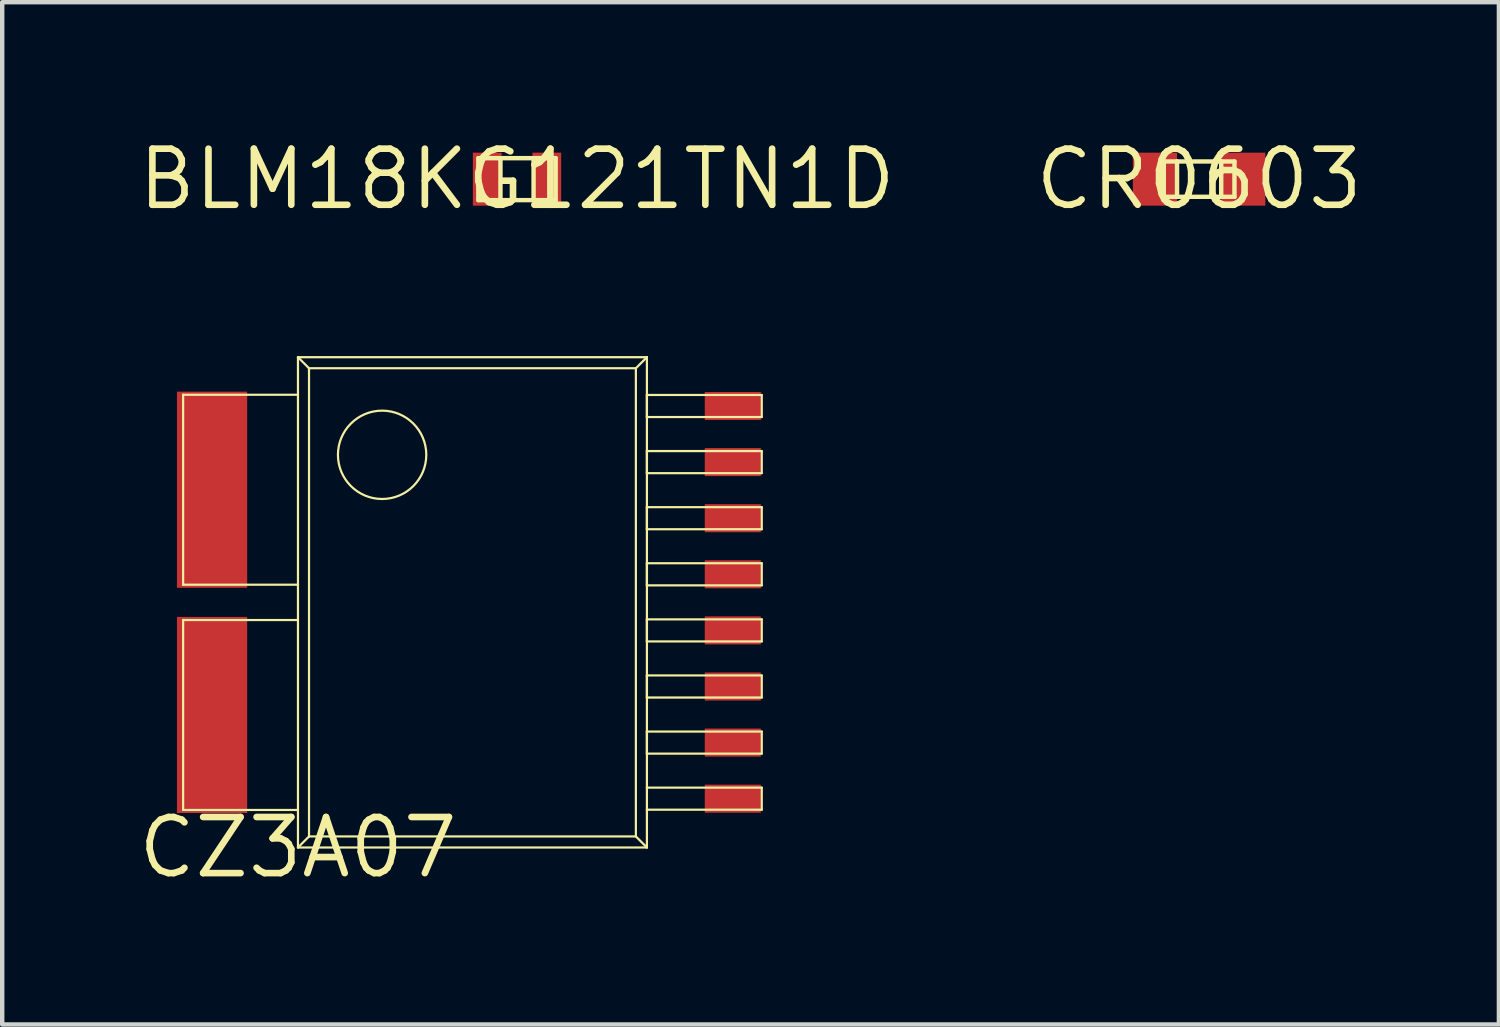
<source format=kicad_pcb>
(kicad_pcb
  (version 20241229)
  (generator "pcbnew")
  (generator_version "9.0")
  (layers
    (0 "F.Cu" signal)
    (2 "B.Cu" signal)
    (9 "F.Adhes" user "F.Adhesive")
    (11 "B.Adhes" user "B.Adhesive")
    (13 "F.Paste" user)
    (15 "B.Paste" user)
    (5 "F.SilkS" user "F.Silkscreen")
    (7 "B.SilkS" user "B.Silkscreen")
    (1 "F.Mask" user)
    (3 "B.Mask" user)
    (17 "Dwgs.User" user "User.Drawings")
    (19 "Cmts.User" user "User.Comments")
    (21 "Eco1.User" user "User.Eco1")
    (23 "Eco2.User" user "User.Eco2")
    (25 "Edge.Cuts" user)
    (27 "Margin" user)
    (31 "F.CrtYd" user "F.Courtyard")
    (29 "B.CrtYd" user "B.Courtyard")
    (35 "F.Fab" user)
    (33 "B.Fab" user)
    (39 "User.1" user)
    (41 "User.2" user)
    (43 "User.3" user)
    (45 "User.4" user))
  (footprint "CZ3A07"
    (layer "F.Cu")
    (at 3.696 16.137)
    (property "Reference" "CZ3A07" (at 0 0 0) (layer "F.SilkS") (effects (font (size 1.27 1.27) (thickness 0.15))))
    (fp_line (start -2.6 -10.25) (end -2.6 -5.95) (stroke (width 0.05) (type solid)) (layer "F.SilkS"))
    (fp_line (start -2.6 -5.95) (end 0 -5.95) (stroke (width 0.05) (type solid)) (layer "F.SilkS"))
    (fp_line (start -2.6 -5.15) (end -2.6 -0.85) (stroke (width 0.05) (type solid)) (layer "F.SilkS"))
    (fp_line (start -2.6 -0.85) (end 0 -0.85) (stroke (width 0.05) (type solid)) (layer "F.SilkS"))
    (fp_line (start 0 -11.1) (end 0 -10.25) (stroke (width 0.05) (type solid)) (layer "F.SilkS"))
    (fp_line (start 0 -11.1) (end 0.25 -10.85) (stroke (width 0.05) (type solid)) (layer "F.SilkS"))
    (fp_line (start 0 -10.25) (end -2.6 -10.25) (stroke (width 0.05) (type solid)) (layer "F.SilkS"))
    (fp_line (start 0 -5.95) (end 0 -10.25) (stroke (width 0.05) (type solid)) (layer "F.SilkS"))
    (fp_line (start 0 -5.95) (end 0 -5.15) (stroke (width 0.05) (type solid)) (layer "F.SilkS"))
    (fp_line (start 0 -5.15) (end -2.6 -5.15) (stroke (width 0.05) (type solid)) (layer "F.SilkS"))
    (fp_line (start 0 -0.85) (end 0 -5.15) (stroke (width 0.05) (type solid)) (layer "F.SilkS"))
    (fp_line (start 0 -0.85) (end 0 0) (stroke (width 0.05) (type solid)) (layer "F.SilkS"))
    (fp_line (start 0 0) (end 0.25 -0.25) (stroke (width 0.05) (type solid)) (layer "F.SilkS"))
    (fp_line (start 0 0) (end 7.9 0) (stroke (width 0.05) (type solid)) (layer "F.SilkS"))
    (fp_line (start 0.25 -10.85) (end 0.25 -0.25) (stroke (width 0.05) (type solid)) (layer "F.SilkS"))
    (fp_line (start 0.25 -0.25) (end 7.65 -0.25) (stroke (width 0.05) (type solid)) (layer "F.SilkS"))
    (fp_line (start 7.65 -10.85) (end 0.25 -10.85) (stroke (width 0.05) (type solid)) (layer "F.SilkS"))
    (fp_line (start 7.65 -0.25) (end 7.65 -10.85) (stroke (width 0.05) (type solid)) (layer "F.SilkS"))
    (fp_line (start 7.9 -11.1) (end 0 -11.1) (stroke (width 0.05) (type solid)) (layer "F.SilkS"))
    (fp_line (start 7.9 -11.1) (end 7.65 -10.85) (stroke (width 0.05) (type solid)) (layer "F.SilkS"))
    (fp_line (start 7.9 -10.245) (end 7.9 -11.1) (stroke (width 0.05) (type solid)) (layer "F.SilkS"))
    (fp_line (start 7.9 -10.245) (end 7.9 -9.745) (stroke (width 0.05) (type solid)) (layer "F.SilkS"))
    (fp_line (start 7.9 -9.745) (end 7.9 -10.245) (stroke (width 0.05) (type solid)) (layer "F.SilkS"))
    (fp_line (start 7.9 -9.745) (end 10.5 -9.745) (stroke (width 0.05) (type solid)) (layer "F.SilkS"))
    (fp_line (start 7.9 -8.975) (end 7.9 -9.745) (stroke (width 0.05) (type solid)) (layer "F.SilkS"))
    (fp_line (start 7.9 -8.975) (end 7.9 -8.475) (stroke (width 0.05) (type solid)) (layer "F.SilkS"))
    (fp_line (start 7.9 -8.475) (end 7.9 -8.975) (stroke (width 0.05) (type solid)) (layer "F.SilkS"))
    (fp_line (start 7.9 -8.475) (end 10.5 -8.475) (stroke (width 0.05) (type solid)) (layer "F.SilkS"))
    (fp_line (start 7.9 -7.705) (end 7.9 -8.475) (stroke (width 0.05) (type solid)) (layer "F.SilkS"))
    (fp_line (start 7.9 -7.705) (end 7.9 -7.205) (stroke (width 0.05) (type solid)) (layer "F.SilkS"))
    (fp_line (start 7.9 -7.205) (end 7.9 -7.705) (stroke (width 0.05) (type solid)) (layer "F.SilkS"))
    (fp_line (start 7.9 -7.205) (end 10.5 -7.205) (stroke (width 0.05) (type solid)) (layer "F.SilkS"))
    (fp_line (start 7.9 -6.435) (end 7.9 -7.205) (stroke (width 0.05) (type solid)) (layer "F.SilkS"))
    (fp_line (start 7.9 -6.435) (end 7.9 -5.935) (stroke (width 0.05) (type solid)) (layer "F.SilkS"))
    (fp_line (start 7.9 -5.935) (end 7.9 -6.435) (stroke (width 0.05) (type solid)) (layer "F.SilkS"))
    (fp_line (start 7.9 -5.935) (end 10.5 -5.935) (stroke (width 0.05) (type solid)) (layer "F.SilkS"))
    (fp_line (start 7.9 -5.165) (end 7.9 -5.935) (stroke (width 0.05) (type solid)) (layer "F.SilkS"))
    (fp_line (start 7.9 -5.165) (end 7.9 -4.665) (stroke (width 0.05) (type solid)) (layer "F.SilkS"))
    (fp_line (start 7.9 -4.665) (end 7.9 -5.165) (stroke (width 0.05) (type solid)) (layer "F.SilkS"))
    (fp_line (start 7.9 -4.665) (end 10.5 -4.665) (stroke (width 0.05) (type solid)) (layer "F.SilkS"))
    (fp_line (start 7.9 -3.895) (end 7.9 -4.665) (stroke (width 0.05) (type solid)) (layer "F.SilkS"))
    (fp_line (start 7.9 -3.895) (end 7.9 -3.395) (stroke (width 0.05) (type solid)) (layer "F.SilkS"))
    (fp_line (start 7.9 -3.395) (end 7.9 -3.895) (stroke (width 0.05) (type solid)) (layer "F.SilkS"))
    (fp_line (start 7.9 -3.395) (end 10.5 -3.395) (stroke (width 0.05) (type solid)) (layer "F.SilkS"))
    (fp_line (start 7.9 -2.625) (end 7.9 -3.395) (stroke (width 0.05) (type solid)) (layer "F.SilkS"))
    (fp_line (start 7.9 -2.625) (end 7.9 -2.125) (stroke (width 0.05) (type solid)) (layer "F.SilkS"))
    (fp_line (start 7.9 -2.125) (end 7.9 -2.625) (stroke (width 0.05) (type solid)) (layer "F.SilkS"))
    (fp_line (start 7.9 -2.125) (end 10.5 -2.125) (stroke (width 0.05) (type solid)) (layer "F.SilkS"))
    (fp_line (start 7.9 -1.355) (end 7.9 -2.125) (stroke (width 0.05) (type solid)) (layer "F.SilkS"))
    (fp_line (start 7.9 -1.355) (end 7.9 -0.855) (stroke (width 0.05) (type solid)) (layer "F.SilkS"))
    (fp_line (start 7.9 -0.855) (end 10.5 -0.855) (stroke (width 0.05) (type solid)) (layer "F.SilkS"))
    (fp_line (start 7.9 0) (end 7.65 -0.25) (stroke (width 0.05) (type solid)) (layer "F.SilkS"))
    (fp_line (start 7.9 0) (end 7.9 -0.855) (stroke (width 0.05) (type solid)) (layer "F.SilkS"))
    (fp_line (start 10.5 -10.245) (end 7.9 -10.245) (stroke (width 0.05) (type solid)) (layer "F.SilkS"))
    (fp_line (start 10.5 -9.745) (end 10.5 -10.245) (stroke (width 0.05) (type solid)) (layer "F.SilkS"))
    (fp_line (start 10.5 -8.975) (end 7.9 -8.975) (stroke (width 0.05) (type solid)) (layer "F.SilkS"))
    (fp_line (start 10.5 -8.475) (end 10.5 -8.975) (stroke (width 0.05) (type solid)) (layer "F.SilkS"))
    (fp_line (start 10.5 -7.705) (end 7.9 -7.705) (stroke (width 0.05) (type solid)) (layer "F.SilkS"))
    (fp_line (start 10.5 -7.205) (end 10.5 -7.705) (stroke (width 0.05) (type solid)) (layer "F.SilkS"))
    (fp_line (start 10.5 -6.435) (end 7.9 -6.435) (stroke (width 0.05) (type solid)) (layer "F.SilkS"))
    (fp_line (start 10.5 -5.935) (end 10.5 -6.435) (stroke (width 0.05) (type solid)) (layer "F.SilkS"))
    (fp_line (start 10.5 -5.165) (end 7.9 -5.165) (stroke (width 0.05) (type solid)) (layer "F.SilkS"))
    (fp_line (start 10.5 -4.665) (end 10.5 -5.165) (stroke (width 0.05) (type solid)) (layer "F.SilkS"))
    (fp_line (start 10.5 -3.895) (end 7.9 -3.895) (stroke (width 0.05) (type solid)) (layer "F.SilkS"))
    (fp_line (start 10.5 -3.395) (end 10.5 -3.895) (stroke (width 0.05) (type solid)) (layer "F.SilkS"))
    (fp_line (start 10.5 -2.625) (end 7.9 -2.625) (stroke (width 0.05) (type solid)) (layer "F.SilkS"))
    (fp_line (start 10.5 -2.125) (end 10.5 -2.625) (stroke (width 0.05) (type solid)) (layer "F.SilkS"))
    (fp_line (start 10.5 -1.355) (end 7.9 -1.355) (stroke (width 0.05) (type solid)) (layer "F.SilkS"))
    (fp_line (start 10.5 -0.855) (end 10.5 -1.355) (stroke (width 0.05) (type solid)) (layer "F.SilkS"))
    (fp_circle (center 1.905 -8.89) (end 2.905 -8.89) (stroke (width 0.05) (type solid)) (fill no) (layer "F.SilkS"))
    (pad "IN" smd rect (at -1.945 -3 90) (size 4.44 1.59) (layers "F.Cu" "F.Mask" "F.Paste"))
    (pad "IP" smd rect (at -1.945 -8.1 90) (size 4.44 1.59) (layers "F.Cu" "F.Mask" "F.Paste"))
    (pad "OCD1" smd rect (at 9.845 -2.375 180) (size 1.27 0.635) (layers "F.Cu" "F.Mask" "F.Paste"))
    (pad "OCD2" smd rect (at 9.845 -3.645 180) (size 1.27 0.635) (layers "F.Cu" "F.Mask" "F.Paste"))
    (pad "REF1" smd rect (at 9.845 -7.455 180) (size 1.27 0.635) (layers "F.Cu" "F.Mask" "F.Paste"))
    (pad "REF2" smd rect (at 9.845 -8.725 180) (size 1.27 0.635) (layers "F.Cu" "F.Mask" "F.Paste"))
    (pad "VDD" smd rect (at 9.845 -6.185 180) (size 1.27 0.635) (layers "F.Cu" "F.Mask" "F.Paste"))
    (pad "VOUT" smd rect (at 9.845 -4.915 180) (size 1.27 0.635) (layers "F.Cu" "F.Mask" "F.Paste"))
    (pad "VSS1" smd rect (at 9.845 -1.105 180) (size 1.27 0.635) (layers "F.Cu" "F.Mask" "F.Paste"))
    (pad "VSS2" smd rect (at 9.845 -9.995 180) (size 1.27 0.635) (layers "F.Cu" "F.Mask" "F.Paste")))
  (footprint "BLM18KG121TN1D"
    (layer "F.Cu")
    (at 8.655 1.006)
    (property "Reference" "BLM18KG121TN1D" (at 0 0 0) (layer "F.SilkS") (effects (font (size 1.27 1.27) (thickness 0.15))))
    (fp_line (start -0.875 -0.475) (end -0.875 0.475) (stroke (width 0.1) (type solid)) (layer "F.SilkS"))
    (fp_line (start -0.875 0.475) (end -0.375 0.475) (stroke (width 0.1) (type solid)) (layer "F.SilkS"))
    (fp_line (start -0.375 -0.475) (end -0.875 -0.475) (stroke (width 0.1) (type solid)) (layer "F.SilkS"))
    (fp_line (start -0.375 0.475) (end -0.375 -0.475) (stroke (width 0.1) (type solid)) (layer "F.SilkS"))
    (fp_line (start -0.375 0.475) (end 0.375 0.475) (stroke (width 0.1) (type solid)) (layer "F.SilkS"))
    (fp_line (start 0.375 -0.475) (end -0.375 -0.475) (stroke (width 0.1) (type solid)) (layer "F.SilkS"))
    (fp_line (start 0.375 -0.475) (end 0.375 0.475) (stroke (width 0.1) (type solid)) (layer "F.SilkS"))
    (fp_line (start 0.375 0.475) (end 0.875 0.475) (stroke (width 0.1) (type solid)) (layer "F.SilkS"))
    (fp_line (start 0.875 -0.475) (end 0.375 -0.475) (stroke (width 0.1) (type solid)) (layer "F.SilkS"))
    (fp_line (start 0.875 0.475) (end 0.875 -0.475) (stroke (width 0.1) (type solid)) (layer "F.SilkS"))
    (pad "1" smd rect (at -0.675 0) (size 0.65 1.2) (layers "F.Cu" "F.Mask" "F.Paste"))
    (pad "2" smd rect (at 0.675 0) (size 0.65 1.2) (layers "F.Cu" "F.Mask" "F.Paste")))
  (footprint "CR0603"
    (layer "F.Cu")
    (at 24.098 1.006)
    (property "Reference" "CR0603" (at 0 0 0) (layer "F.SilkS") (effects (font (size 1.27 1.27) (thickness 0.15))))
    (fp_line (start -0.8 -0.4) (end -0.8 0.4) (stroke (width 0.1) (type solid)) (layer "F.SilkS"))
    (fp_line (start -0.8 0.4) (end -0.5 0.4) (stroke (width 0.1) (type solid)) (layer "F.SilkS"))
    (fp_line (start -0.5 -0.4) (end -0.8 -0.4) (stroke (width 0.1) (type solid)) (layer "F.SilkS"))
    (fp_line (start -0.5 -0.4) (end -0.5 0.4) (stroke (width 0.1) (type solid)) (layer "F.SilkS"))
    (fp_line (start -0.5 0.4) (end 0.5 0.4) (stroke (width 0.1) (type solid)) (layer "F.SilkS"))
    (fp_line (start 0.5 -0.4) (end -0.5 -0.4) (stroke (width 0.1) (type solid)) (layer "F.SilkS"))
    (fp_line (start 0.5 -0.4) (end 0.5 0.4) (stroke (width 0.1) (type solid)) (layer "F.SilkS"))
    (fp_line (start 0.5 0.4) (end 0.8 0.4) (stroke (width 0.1) (type solid)) (layer "F.SilkS"))
    (fp_line (start 0.8 -0.4) (end 0.5 -0.4) (stroke (width 0.1) (type solid)) (layer "F.SilkS"))
    (fp_line (start 0.8 0.4) (end 0.8 -0.4) (stroke (width 0.1) (type solid)) (layer "F.SilkS"))
    (pad "LEFT" smd rect (at -1 0) (size 1 1.2) (layers "F.Cu" "F.Mask" "F.Paste"))
    (pad "RIGHT" smd rect (at 1 0) (size 1 1.2) (layers "F.Cu" "F.Mask" "F.Paste")))
  (gr_rect
    (start -3 -3)
    (end 30.885 20.144)
    (stroke (width 0.1) (type default))
    (fill no)
    (layer "Edge.Cuts")))
</source>
